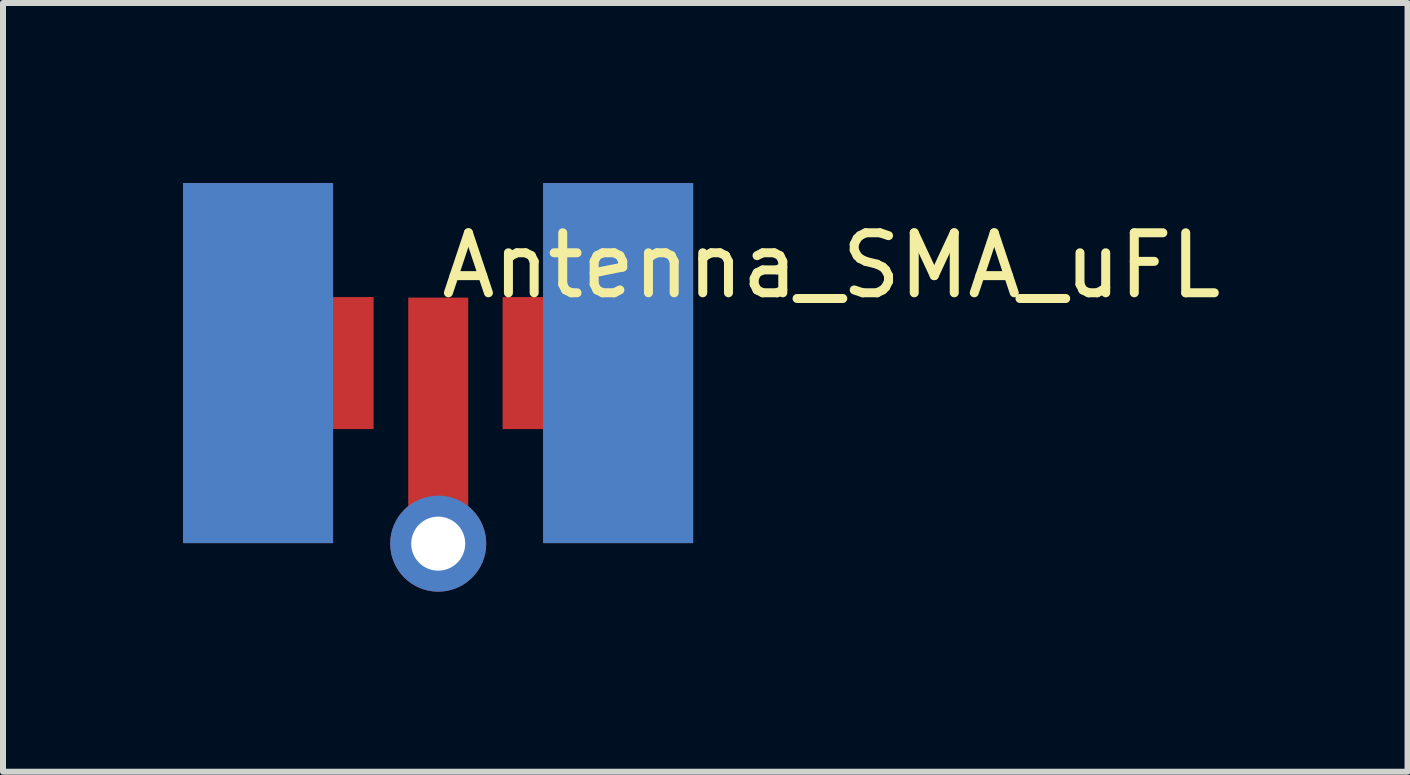
<source format=kicad_pcb>
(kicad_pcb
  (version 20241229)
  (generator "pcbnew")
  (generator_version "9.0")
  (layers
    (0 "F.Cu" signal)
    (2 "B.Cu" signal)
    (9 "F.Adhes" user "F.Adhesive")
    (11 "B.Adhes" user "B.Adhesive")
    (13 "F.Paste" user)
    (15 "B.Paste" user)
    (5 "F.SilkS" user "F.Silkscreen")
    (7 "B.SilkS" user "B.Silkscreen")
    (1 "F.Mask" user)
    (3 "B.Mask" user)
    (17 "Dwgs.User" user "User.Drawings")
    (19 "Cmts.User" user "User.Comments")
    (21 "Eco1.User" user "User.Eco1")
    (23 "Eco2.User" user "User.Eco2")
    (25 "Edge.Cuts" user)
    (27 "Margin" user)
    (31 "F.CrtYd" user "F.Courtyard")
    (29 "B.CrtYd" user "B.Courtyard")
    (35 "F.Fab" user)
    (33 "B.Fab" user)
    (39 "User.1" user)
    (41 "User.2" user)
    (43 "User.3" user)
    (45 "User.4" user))
  (footprint "Antenna_SMA_uFL"
    (layer "F.Cu")
    (at 4.25 3)
    (property "Reference" "Antenna_SMA_uFL" (at 6.553 -1.626 0) (layer "F.SilkS") (effects (font (size 1 1) (thickness 0.15))))
    (attr through_hole)
    (pad "1" smd rect (at 0.002 0.709) (size 1 3.6) (layers "F.Cu" "F.Mask" "F.Paste" "Eco1.User"))
    (pad "1" thru_hole circle (at 0.002 3.009) (size 1.6 1.6) (drill 0.9) (layers "*.Cu" "*.Mask"))
    (pad "2" smd rect (at -3 0) (size 2.5 6) (layers "F.Cu" "F.Mask" "F.Paste"))
    (pad "2" smd rect (at -3 0) (size 2.5 6) (layers "B.Cu" "B.Mask" "B.Paste"))
    (pad "2" smd rect (at -1.6 0) (size 1.05 2.2) (layers "F.Cu" "F.Mask" "F.Paste"))
    (pad "2" smd rect (at 1.6 0) (size 1.05 2.2) (layers "F.Cu" "F.Mask" "F.Paste"))
    (pad "2" smd rect (at 3 0) (size 2.5 6) (layers "F.Cu" "F.Mask" "F.Paste"))
    (pad "2" smd rect (at 3 0) (size 2.5 6) (layers "B.Cu" "B.Mask" "B.Paste")))
  (gr_rect
    (start -3 -3)
    (end 20.404 9.809)
    (stroke (width 0.1) (type default))
    (fill no)
    (layer "Edge.Cuts")))
</source>
